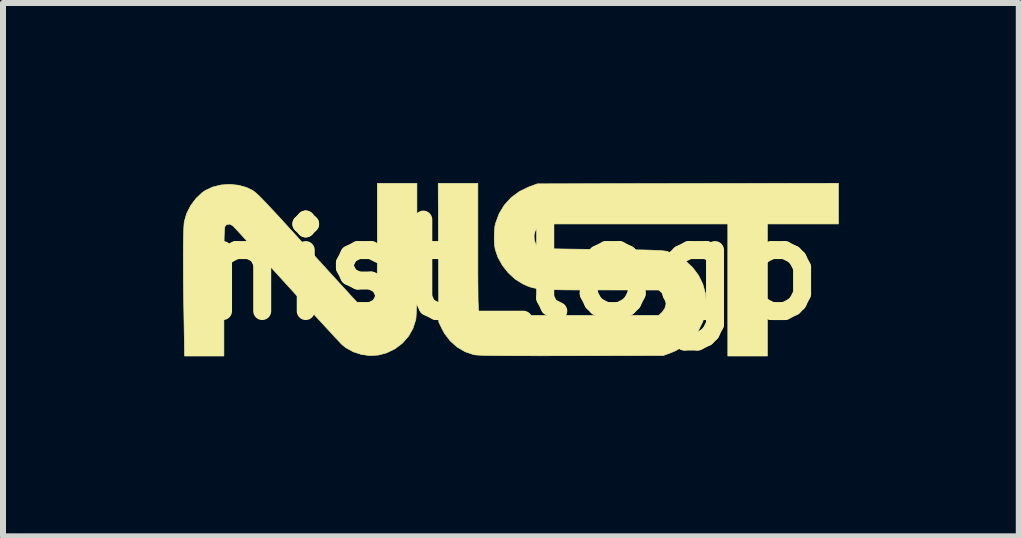
<source format=kicad_pcb>
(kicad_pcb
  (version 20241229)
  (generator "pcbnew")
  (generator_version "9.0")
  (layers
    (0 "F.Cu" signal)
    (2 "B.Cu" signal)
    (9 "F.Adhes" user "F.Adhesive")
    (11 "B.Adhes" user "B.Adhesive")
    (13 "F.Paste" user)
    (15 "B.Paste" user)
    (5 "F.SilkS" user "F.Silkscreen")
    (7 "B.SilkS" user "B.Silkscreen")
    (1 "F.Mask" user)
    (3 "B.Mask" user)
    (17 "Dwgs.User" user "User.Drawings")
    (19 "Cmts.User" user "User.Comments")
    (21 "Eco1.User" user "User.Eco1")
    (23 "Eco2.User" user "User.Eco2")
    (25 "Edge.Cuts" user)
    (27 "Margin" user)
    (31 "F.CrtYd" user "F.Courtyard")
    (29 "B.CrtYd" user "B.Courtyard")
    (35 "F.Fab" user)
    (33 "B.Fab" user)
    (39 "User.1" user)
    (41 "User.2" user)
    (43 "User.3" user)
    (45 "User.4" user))
  (footprint "nist_logo"
    (layer "F.Cu")
    (at 5.457 1.445)
    (property "Reference" "nist_logo" (at 0 0 0) (layer "F.SilkS") (effects (font (size 1.524 1.524) (thickness 0.3))))
    (attr through_hole)
    (fp_poly (pts (xy -1.558 -0.348) (xy -1.558 -0.086) (xy -1.559 0.143) (xy -1.561 0.339) (xy -1.563 0.502) (xy -1.565 0.633) (xy -1.569 0.731) (xy -1.573 0.799) (xy -1.577 0.833) (xy -1.625 0.982) (xy -1.701 1.114) (xy -1.802 1.228) (xy -1.925 1.32) (xy -2.066 1.388) (xy -2.2 1.423) (xy -2.34 1.432) (xy -2.483 1.413) (xy -2.621 1.368) (xy -2.745 1.299) (xy -2.799 1.255) (xy -2.822 1.233) (xy -2.865 1.187) (xy -2.927 1.121) (xy -3.005 1.036) (xy -3.099 0.935) (xy -3.206 0.819) (xy -3.324 0.69) (xy -3.451 0.551) (xy -3.586 0.404) (xy -3.726 0.25) (xy -3.73 0.246) (xy -3.869 0.093) (xy -4.002 -0.053) (xy -4.127 -0.19) (xy -4.242 -0.316) (xy -4.346 -0.429) (xy -4.436 -0.527) (xy -4.511 -0.609) (xy -4.569 -0.672) (xy -4.608 -0.713) (xy -4.626 -0.732) (xy -4.627 -0.732) (xy -4.676 -0.759) (xy -4.724 -0.753) (xy -4.749 -0.735) (xy -4.754 -0.727) (xy -4.759 -0.712) (xy -4.763 -0.689) (xy -4.766 -0.653) (xy -4.769 -0.604) (xy -4.771 -0.539) (xy -4.772 -0.455) (xy -4.773 -0.349) (xy -4.774 -0.22) (xy -4.775 -0.064) (xy -4.775 0.12) (xy -4.775 0.335) (xy -4.775 0.365) (xy -4.775 1.439) (xy -5.43 1.439) (xy -5.441 0.792) (xy -5.446 0.485) (xy -5.45 0.209) (xy -5.451 -0.035) (xy -5.452 -0.247) (xy -5.451 -0.427) (xy -5.448 -0.573) (xy -5.444 -0.687) (xy -5.439 -0.768) (xy -5.434 -0.805) (xy -5.395 -0.938) (xy -5.329 -1.068) (xy -5.242 -1.185) (xy -5.14 -1.282) (xy -5.084 -1.321) (xy -4.961 -1.378) (xy -4.822 -1.412) (xy -4.677 -1.422) (xy -4.533 -1.408) (xy -4.399 -1.371) (xy -4.304 -1.325) (xy -4.285 -1.313) (xy -4.266 -1.299) (xy -4.244 -1.281) (xy -4.218 -1.258) (xy -4.186 -1.228) (xy -4.148 -1.19) (xy -4.1 -1.14) (xy -4.042 -1.079) (xy -3.972 -1.004) (xy -3.888 -0.914) (xy -3.789 -0.806) (xy -3.673 -0.679) (xy -3.539 -0.532) (xy -3.384 -0.362) (xy -3.278 -0.246) (xy -3.138 -0.092) (xy -3.004 0.055) (xy -2.878 0.193) (xy -2.762 0.319) (xy -2.658 0.433) (xy -2.567 0.532) (xy -2.492 0.614) (xy -2.433 0.678) (xy -2.393 0.72) (xy -2.374 0.74) (xy -2.373 0.741) (xy -2.326 0.761) (xy -2.277 0.752) (xy -2.245 0.724) (xy -2.239 0.714) (xy -2.235 0.696) (xy -2.231 0.669) (xy -2.227 0.631) (xy -2.225 0.578) (xy -2.223 0.509) (xy -2.221 0.421) (xy -2.22 0.311) (xy -2.219 0.176) (xy -2.219 0.016) (xy -2.218 -0.174) (xy -2.218 -0.376) (xy -2.218 -1.439) (xy -1.558 -1.439) (xy -1.558 -0.348)) (stroke (width 0.01) (type solid)) (fill yes) (layer "F.SilkS"))
    (fp_poly (pts (xy 5.469 -0.762) (xy 4.284 -0.762) (xy 4.284 1.439) (xy 3.624 1.439) (xy 3.624 -0.762) (xy 0.505 -0.762) (xy 0.457 -0.714) (xy 0.415 -0.65) (xy 0.395 -0.573) (xy 0.399 -0.494) (xy 0.425 -0.422) (xy 0.459 -0.38) (xy 0.468 -0.373) (xy 0.479 -0.367) (xy 0.497 -0.362) (xy 0.523 -0.358) (xy 0.56 -0.354) (xy 0.61 -0.351) (xy 0.677 -0.349) (xy 0.762 -0.347) (xy 0.868 -0.345) (xy 0.999 -0.343) (xy 1.156 -0.341) (xy 1.343 -0.339) (xy 1.513 -0.338) (xy 1.731 -0.335) (xy 1.917 -0.333) (xy 2.075 -0.331) (xy 2.206 -0.329) (xy 2.315 -0.326) (xy 2.402 -0.323) (xy 2.471 -0.32) (xy 2.525 -0.316) (xy 2.566 -0.312) (xy 2.596 -0.307) (xy 2.618 -0.302) (xy 2.778 -0.237) (xy 2.919 -0.146) (xy 3.039 -0.035) (xy 3.136 0.095) (xy 3.207 0.24) (xy 3.251 0.396) (xy 3.266 0.559) (xy 3.253 0.701) (xy 3.207 0.866) (xy 3.133 1.016) (xy 3.031 1.149) (xy 2.906 1.261) (xy 2.758 1.349) (xy 2.671 1.386) (xy 2.548 1.431) (xy 1.016 1.434) (xy 0.732 1.434) (xy 0.48 1.435) (xy 0.259 1.434) (xy 0.067 1.434) (xy -0.098 1.433) (xy -0.237 1.432) (xy -0.352 1.43) (xy -0.444 1.428) (xy -0.515 1.425) (xy -0.567 1.422) (xy -0.601 1.418) (xy -0.61 1.417) (xy -0.754 1.368) (xy -0.886 1.291) (xy -1.002 1.188) (xy -1.097 1.064) (xy -1.139 0.987) (xy -1.194 0.872) (xy -1.203 -1.439) (xy -0.542 -1.439) (xy -0.542 -0.365) (xy -0.542 -0.146) (xy -0.542 0.042) (xy -0.541 0.201) (xy -0.54 0.334) (xy -0.539 0.442) (xy -0.538 0.529) (xy -0.535 0.597) (xy -0.533 0.648) (xy -0.53 0.685) (xy -0.526 0.71) (xy -0.521 0.726) (xy -0.516 0.735) (xy -0.515 0.735) (xy -0.508 0.74) (xy -0.495 0.744) (xy -0.473 0.748) (xy -0.441 0.751) (xy -0.397 0.753) (xy -0.339 0.756) (xy -0.264 0.757) (xy -0.171 0.759) (xy -0.057 0.76) (xy 0.08 0.761) (xy 0.241 0.761) (xy 0.43 0.762) (xy 0.647 0.762) (xy 0.896 0.762) (xy 0.992 0.762) (xy 2.472 0.762) (xy 2.524 0.715) (xy 2.572 0.651) (xy 2.594 0.575) (xy 2.589 0.497) (xy 2.558 0.424) (xy 2.524 0.385) (xy 2.472 0.339) (xy 1.511 0.338) (xy 1.291 0.338) (xy 1.101 0.338) (xy 0.94 0.337) (xy 0.803 0.335) (xy 0.689 0.332) (xy 0.594 0.328) (xy 0.515 0.322) (xy 0.45 0.315) (xy 0.395 0.305) (xy 0.348 0.294) (xy 0.305 0.28) (xy 0.264 0.263) (xy 0.222 0.243) (xy 0.203 0.234) (xy 0.078 0.156) (xy -0.036 0.051) (xy -0.133 -0.072) (xy -0.208 -0.207) (xy -0.253 -0.339) (xy -0.265 -0.42) (xy -0.269 -0.519) (xy -0.267 -0.622) (xy -0.259 -0.716) (xy -0.248 -0.77) (xy -0.188 -0.933) (xy -0.1 -1.078) (xy 0.014 -1.202) (xy 0.152 -1.304) (xy 0.312 -1.381) (xy 0.323 -1.385) (xy 0.449 -1.431) (xy 2.959 -1.436) (xy 5.469 -1.44) (xy 5.469 -0.762)) (stroke (width 0.01) (type solid)) (fill yes) (layer "F.SilkS")))
  (gr_rect
    (start -3 -3)
    (end 13.931 5.89)
    (stroke (width 0.1) (type default))
    (fill no)
    (layer "Edge.Cuts")))
</source>
